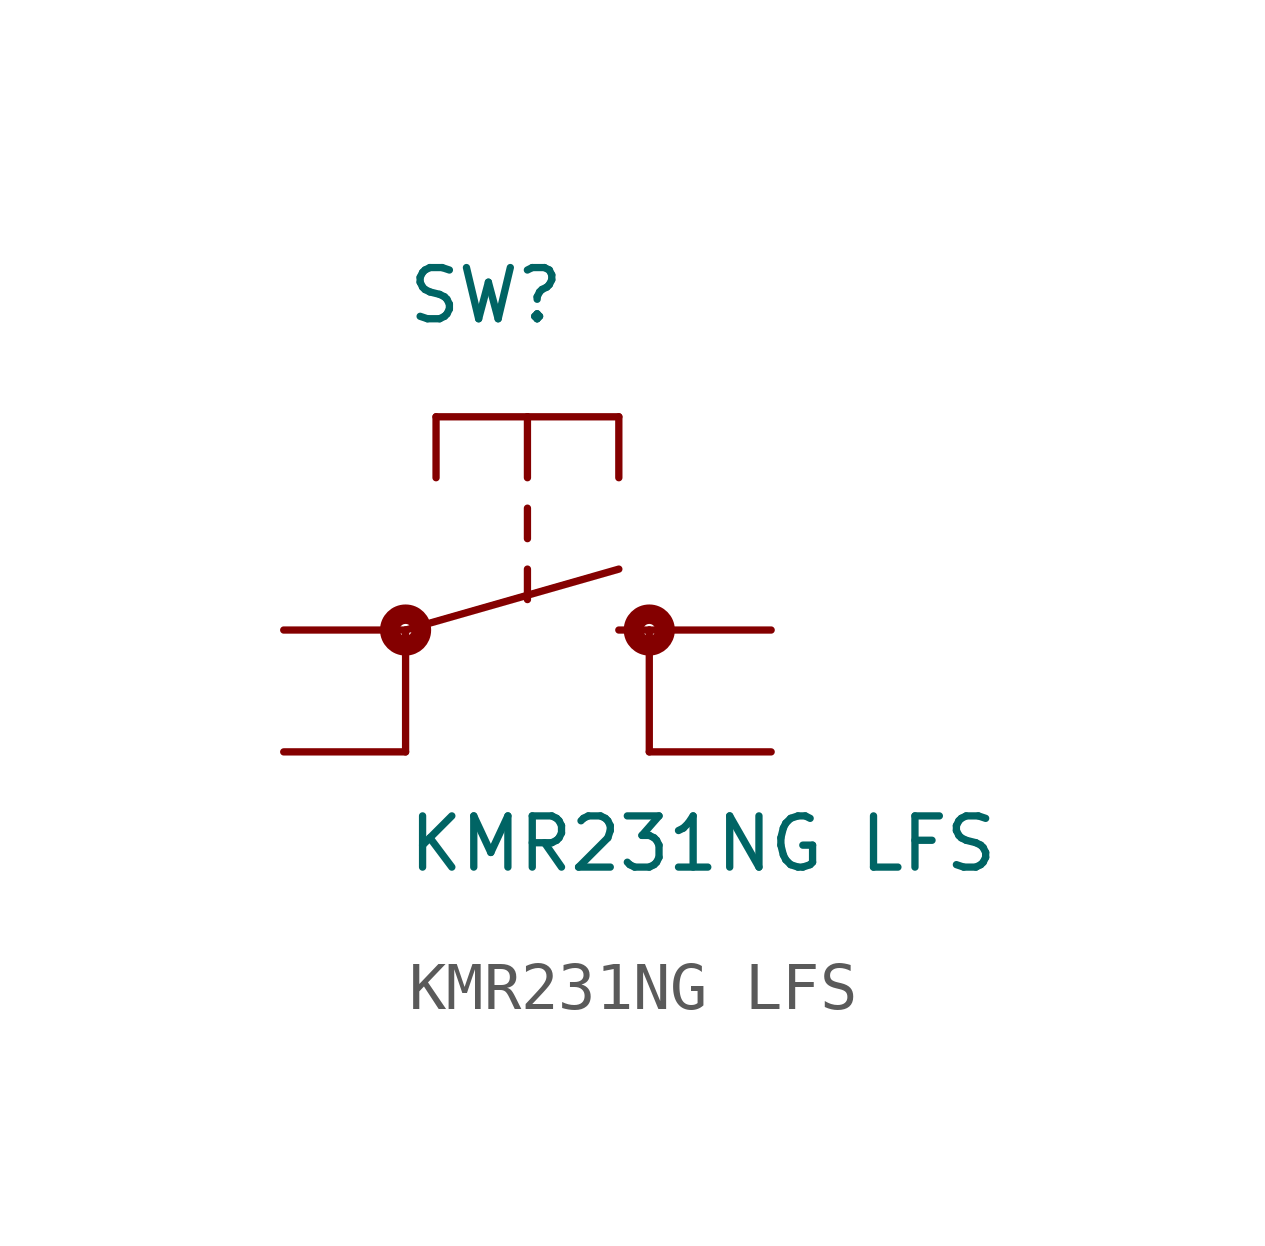
<source format=kicad_sym>
(kicad_symbol_lib
  (version 20231120)
  (generator "kicad_symbol_editor")
  (generator_version "8.0")
  (symbol "KMR231NG LFS"
    (pin_names
      (offset 1.016))
    (property "Reference" "SW"
      (at -2.54 6.35 0)
      (effects (font (size 1.067 1.067)) (justify left bottom)))
    (property "Value" "KMR231NG LFS"
      (at -2.54 -5.08 0)
      (effects (font (size 1.067 1.067)) (justify left bottom)))
    (symbol "KMR231NG LFS_1_0"
      (circle (center -2.54 0) (radius 0.127) (stroke (width 0.406) (type default)) (fill (type none)))
      (polyline (pts (xy -2.54 -2.54) (xy -2.54 0)) (stroke (width 0) (type default)) (fill (type none)))
      (polyline (pts (xy -2.54 0) (xy 1.905 1.27)) (stroke (width 0) (type default)) (fill (type none)))
      (polyline (pts (xy -1.905 4.445) (xy -1.905 3.175)) (stroke (width 0) (type default)) (fill (type none)))
      (polyline (pts (xy 0 1.27) (xy 0 0.635)) (stroke (width 0) (type default)) (fill (type none)))
      (polyline (pts (xy 0 2.54) (xy 0 1.905)) (stroke (width 0) (type default)) (fill (type none)))
      (polyline (pts (xy 0 4.445) (xy -1.905 4.445)) (stroke (width 0) (type default)) (fill (type none)))
      (polyline (pts (xy 0 4.445) (xy 0 3.175)) (stroke (width 0) (type default)) (fill (type none)))
      (polyline (pts (xy 1.905 0) (xy 2.54 0)) (stroke (width 0) (type default)) (fill (type none)))
      (polyline (pts (xy 1.905 4.445) (xy 0 4.445)) (stroke (width 0) (type default)) (fill (type none)))
      (polyline (pts (xy 1.905 4.445) (xy 1.905 3.175)) (stroke (width 0) (type default)) (fill (type none)))
      (polyline (pts (xy 2.54 -2.54) (xy 2.54 0)) (stroke (width 0) (type default)) (fill (type none)))
      (circle (center 2.54 0) (radius 0.127) (stroke (width 0.406) (type default)) (fill (type none)))
      (pin passive line (at -5.08 0 0) (length 2.54) (name "P" (effects (font (size 0 0)))) (number "A" (effects (font (size 0 0)))))
      (pin passive line (at -5.08 -2.54 0) (length 2.54) (name "P1" (effects (font (size 0 0)))) (number "A'" (effects (font (size 0 0)))))
      (pin passive line (at 5.08 0 180) (length 2.54) (name "S" (effects (font (size 0 0)))) (number "B" (effects (font (size 0 0)))))
      (pin passive line (at 5.08 -2.54 180) (length 2.54) (name "S1" (effects (font (size 0 0)))) (number "B'" (effects (font (size 0 0))))))))
</source>
